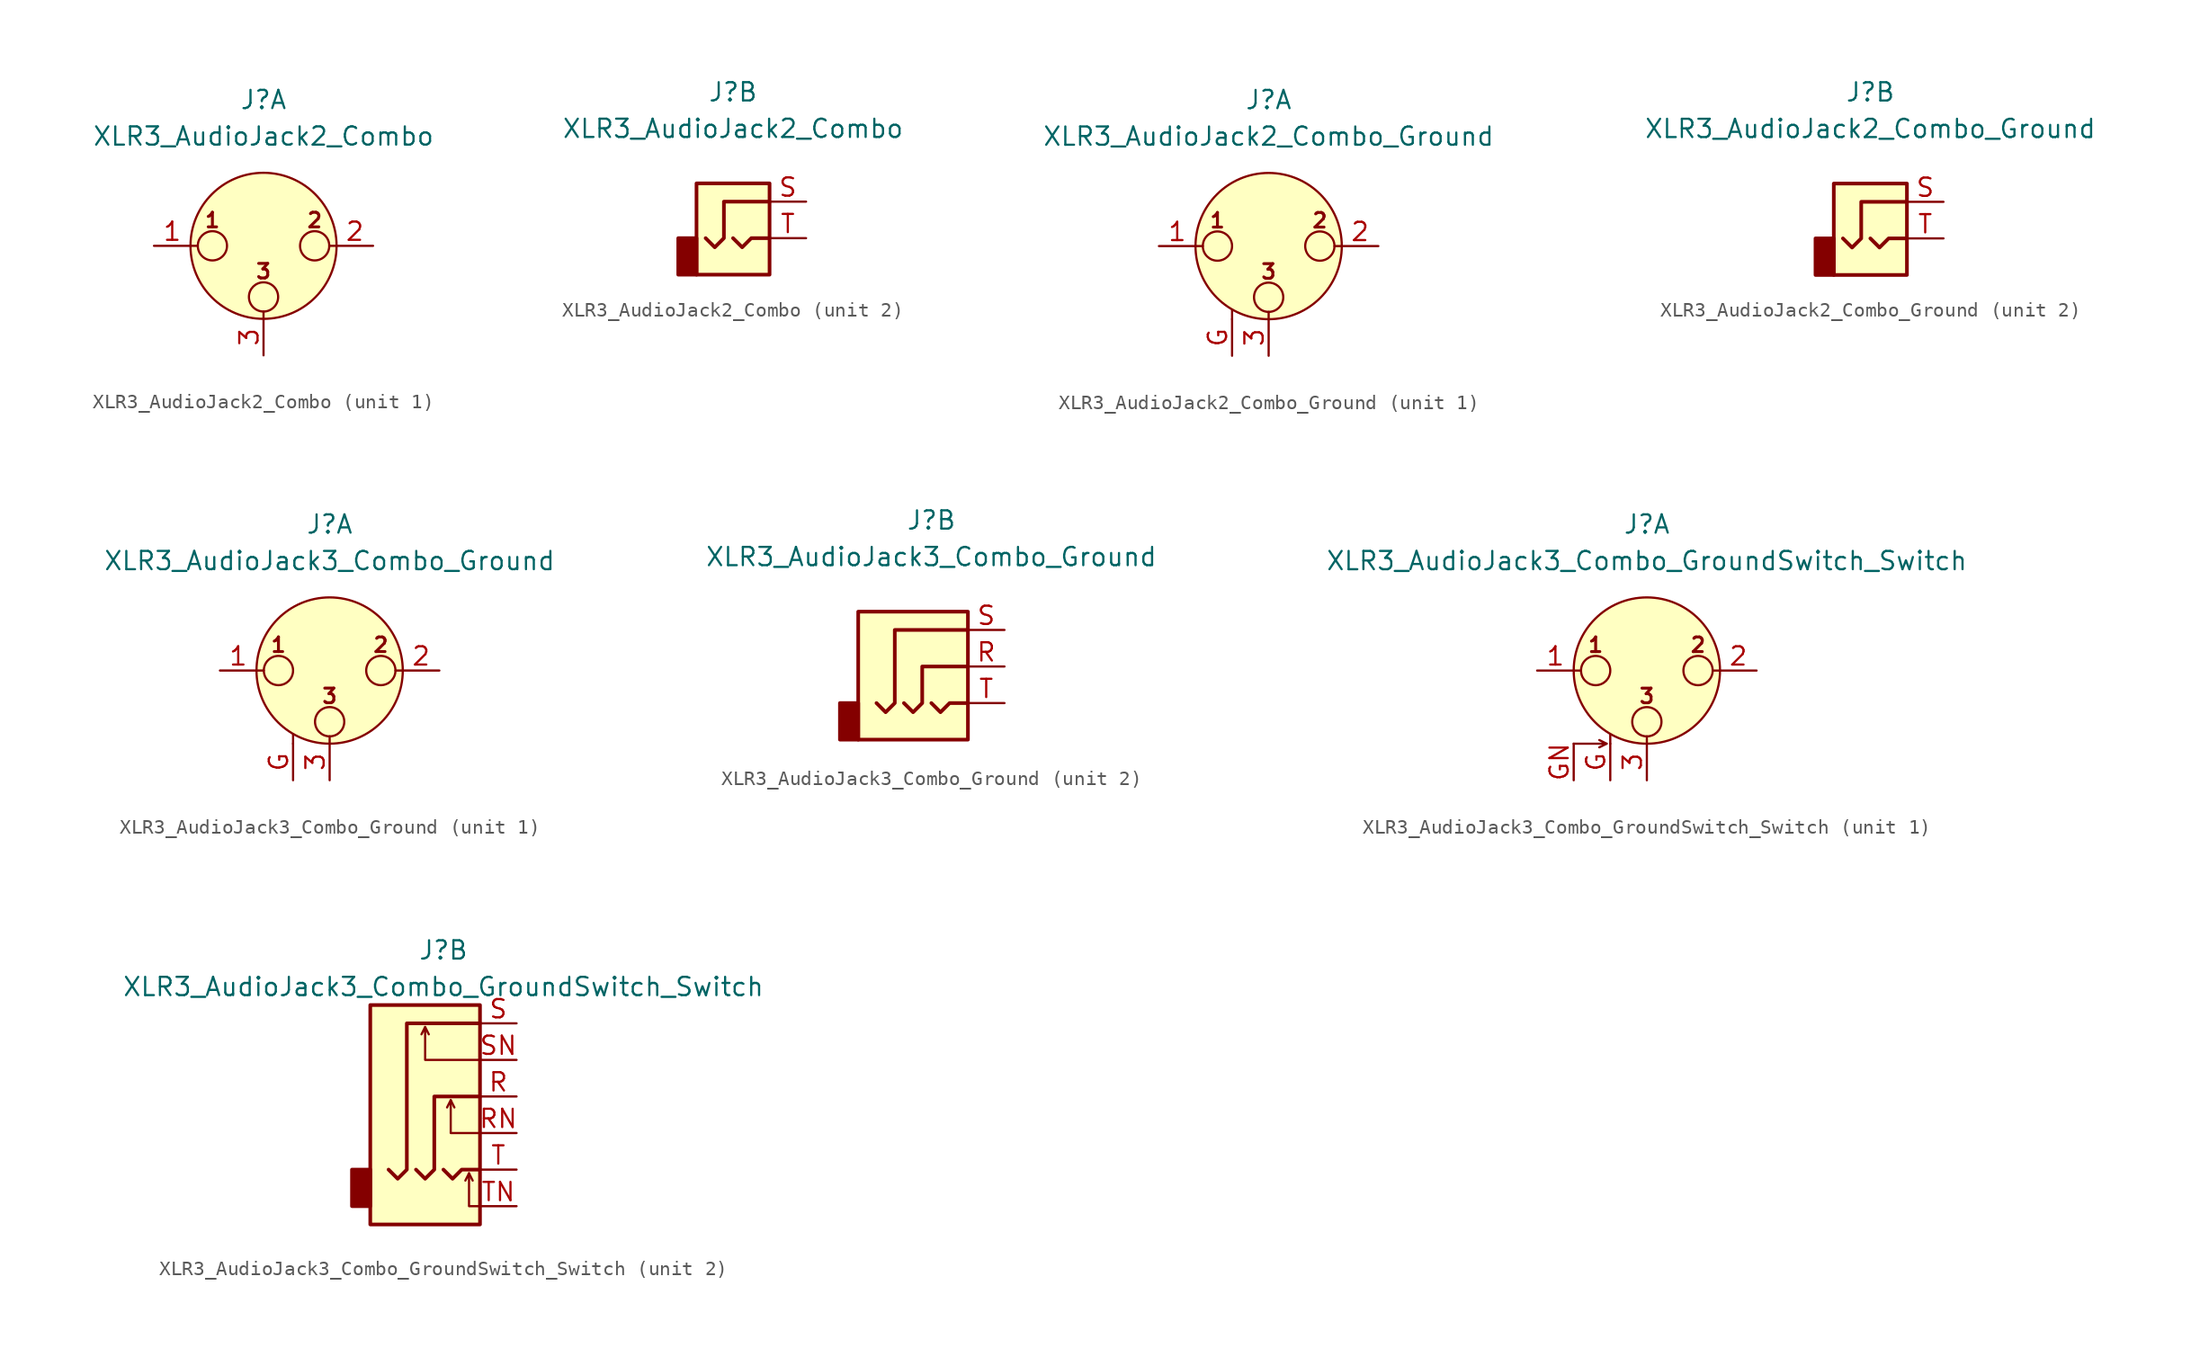
<source format=kicad_sym>
(kicad_symbol_lib
  (version 20220914)
  (generator kicad_symbol_editor)
  (symbol "XLR3_AudioJack2_Combo"
    (pin_names hide)
    (property "Reference" "J"
      (at 0 10.16 0)
      (effects (font (size 1.27 1.27))))
    (property "Value" "XLR3_AudioJack2_Combo"
      (at 0 7.62 0)
      (effects (font (size 1.27 1.27))))
    (symbol "XLR3_AudioJack2_Combo_1_1"
      (circle (center -3.556 0) (radius 1.016) (stroke (width 0) (type default)) (fill (type none)))
      (circle (center 0 -3.556) (radius 1.016) (stroke (width 0) (type default)) (fill (type none)))
      (polyline (pts (xy -5.08 0) (xy -4.572 0)) (stroke (width 0) (type default)) (fill (type none)))
      (polyline (pts (xy 0 -5.08) (xy 0 -4.572)) (stroke (width 0) (type default)) (fill (type none)))
      (polyline (pts (xy 5.08 0) (xy 4.572 0)) (stroke (width 0) (type default)) (fill (type none)))
      (circle (center 0 0) (radius 5.08) (stroke (width 0) (type default)) (fill (type background)))
      (circle (center 3.556 0) (radius 1.016) (stroke (width 0) (type default)) (fill (type none)))
      (text "1" (at -3.556 1.778 0) (effects (font (size 1.016 1.016) bold)))
      (text "2" (at 3.556 1.778 0) (effects (font (size 1.016 1.016) bold)))
      (text "3" (at 0 -1.778 0) (effects (font (size 1.016 1.016) bold)))
      (pin passive line (at -7.62 0 0) (length 2.54) (name "~" (effects (font (size 1.27 1.27)))) (number "1" (effects (font (size 1.27 1.27)))))
      (pin passive line (at 7.62 0 180) (length 2.54) (name "~" (effects (font (size 1.27 1.27)))) (number "2" (effects (font (size 1.27 1.27)))))
      (pin passive line (at 0 -7.62 90) (length 2.54) (name "~" (effects (font (size 1.27 1.27)))) (number "3" (effects (font (size 1.27 1.27))))))
    (symbol "XLR3_AudioJack2_Combo_2_1"
      (rectangle (start -2.54 0) (end -3.81 -2.54) (stroke (width 0.254) (type default)) (fill (type outline)))
      (polyline (pts (xy 0 0) (xy 0.635 -0.635) (xy 1.27 0) (xy 2.54 0)) (stroke (width 0.254) (type default)) (fill (type none)))
      (polyline (pts (xy 2.54 2.54) (xy -0.635 2.54) (xy -0.635 0) (xy -1.27 -0.635) (xy -1.905 0)) (stroke (width 0.254) (type default)) (fill (type none)))
      (rectangle (start 2.54 3.81) (end -2.54 -2.54) (stroke (width 0.254) (type default)) (fill (type background)))
      (pin passive line (at 5.08 2.54 180) (length 2.54) (name "~" (effects (font (size 1.27 1.27)))) (number "S" (effects (font (size 1.27 1.27)))))
      (pin passive line (at 5.08 0 180) (length 2.54) (name "~" (effects (font (size 1.27 1.27)))) (number "T" (effects (font (size 1.27 1.27)))))))
  (symbol "XLR3_AudioJack2_Combo_Ground"
    (pin_names hide)
    (property "Reference" "J"
      (at 0 10.16 0)
      (effects (font (size 1.27 1.27))))
    (property "Value" "XLR3_AudioJack2_Combo_Ground"
      (at 0 7.62 0)
      (effects (font (size 1.27 1.27))))
    (symbol "XLR3_AudioJack2_Combo_Ground_1_1"
      (circle (center -3.556 0) (radius 1.016) (stroke (width 0) (type default)) (fill (type none)))
      (circle (center 0 -3.556) (radius 1.016) (stroke (width 0) (type default)) (fill (type none)))
      (polyline (pts (xy -5.08 0) (xy -4.572 0)) (stroke (width 0) (type default)) (fill (type none)))
      (polyline (pts (xy -2.54 -5.08) (xy -2.54 -4.445)) (stroke (width 0) (type default)) (fill (type none)))
      (polyline (pts (xy 0 -5.08) (xy 0 -4.572)) (stroke (width 0) (type default)) (fill (type none)))
      (polyline (pts (xy 5.08 0) (xy 4.572 0)) (stroke (width 0) (type default)) (fill (type none)))
      (circle (center 0 0) (radius 5.08) (stroke (width 0) (type default)) (fill (type background)))
      (circle (center 3.556 0) (radius 1.016) (stroke (width 0) (type default)) (fill (type none)))
      (text "1" (at -3.556 1.778 0) (effects (font (size 1.016 1.016) bold)))
      (text "2" (at 3.556 1.778 0) (effects (font (size 1.016 1.016) bold)))
      (text "3" (at 0 -1.778 0) (effects (font (size 1.016 1.016) bold)))
      (pin passive line (at -7.62 0 0) (length 2.54) (name "~" (effects (font (size 1.27 1.27)))) (number "1" (effects (font (size 1.27 1.27)))))
      (pin passive line (at 7.62 0 180) (length 2.54) (name "~" (effects (font (size 1.27 1.27)))) (number "2" (effects (font (size 1.27 1.27)))))
      (pin passive line (at 0 -7.62 90) (length 2.54) (name "~" (effects (font (size 1.27 1.27)))) (number "3" (effects (font (size 1.27 1.27)))))
      (pin passive line (at -2.54 -7.62 90) (length 2.54) (name "~" (effects (font (size 1.27 1.27)))) (number "G" (effects (font (size 1.27 1.27))))))
    (symbol "XLR3_AudioJack2_Combo_Ground_2_1"
      (rectangle (start -2.54 0) (end -3.81 -2.54) (stroke (width 0.254) (type default)) (fill (type outline)))
      (polyline (pts (xy 0 0) (xy 0.635 -0.635) (xy 1.27 0) (xy 2.54 0)) (stroke (width 0.254) (type default)) (fill (type none)))
      (polyline (pts (xy 2.54 2.54) (xy -0.635 2.54) (xy -0.635 0) (xy -1.27 -0.635) (xy -1.905 0)) (stroke (width 0.254) (type default)) (fill (type none)))
      (rectangle (start 2.54 3.81) (end -2.54 -2.54) (stroke (width 0.254) (type default)) (fill (type background)))
      (pin passive line (at 5.08 2.54 180) (length 2.54) (name "~" (effects (font (size 1.27 1.27)))) (number "S" (effects (font (size 1.27 1.27)))))
      (pin passive line (at 5.08 0 180) (length 2.54) (name "~" (effects (font (size 1.27 1.27)))) (number "T" (effects (font (size 1.27 1.27)))))))
  (symbol "XLR3_AudioJack3_Combo_Ground"
    (pin_names hide)
    (property "Reference" "J"
      (at 0 10.16 0)
      (effects (font (size 1.27 1.27))))
    (property "Value" "XLR3_AudioJack3_Combo_Ground"
      (at 0 7.62 0)
      (effects (font (size 1.27 1.27))))
    (symbol "XLR3_AudioJack3_Combo_Ground_1_1"
      (circle (center -3.556 0) (radius 1.016) (stroke (width 0) (type default)) (fill (type none)))
      (circle (center 0 -3.556) (radius 1.016) (stroke (width 0) (type default)) (fill (type none)))
      (polyline (pts (xy -5.08 0) (xy -4.572 0)) (stroke (width 0) (type default)) (fill (type none)))
      (polyline (pts (xy -2.54 -5.08) (xy -2.54 -4.445)) (stroke (width 0) (type default)) (fill (type none)))
      (polyline (pts (xy 0 -5.08) (xy 0 -4.572)) (stroke (width 0) (type default)) (fill (type none)))
      (polyline (pts (xy 5.08 0) (xy 4.572 0)) (stroke (width 0) (type default)) (fill (type none)))
      (circle (center 0 0) (radius 5.08) (stroke (width 0) (type default)) (fill (type background)))
      (circle (center 3.556 0) (radius 1.016) (stroke (width 0) (type default)) (fill (type none)))
      (text "1" (at -3.556 1.778 0) (effects (font (size 1.016 1.016) bold)))
      (text "2" (at 3.556 1.778 0) (effects (font (size 1.016 1.016) bold)))
      (text "3" (at 0 -1.778 0) (effects (font (size 1.016 1.016) bold)))
      (pin passive line (at -7.62 0 0) (length 2.54) (name "~" (effects (font (size 1.27 1.27)))) (number "1" (effects (font (size 1.27 1.27)))))
      (pin passive line (at 7.62 0 180) (length 2.54) (name "~" (effects (font (size 1.27 1.27)))) (number "2" (effects (font (size 1.27 1.27)))))
      (pin passive line (at 0 -7.62 90) (length 2.54) (name "~" (effects (font (size 1.27 1.27)))) (number "3" (effects (font (size 1.27 1.27)))))
      (pin passive line (at -2.54 -7.62 90) (length 2.54) (name "~" (effects (font (size 1.27 1.27)))) (number "G" (effects (font (size 1.27 1.27))))))
    (symbol "XLR3_AudioJack3_Combo_Ground_2_1"
      (rectangle (start -5.08 -2.54) (end -6.35 -5.08) (stroke (width 0.254) (type default)) (fill (type outline)))
      (polyline (pts (xy 0 -2.54) (xy 0.635 -3.175) (xy 1.27 -2.54) (xy 2.54 -2.54)) (stroke (width 0.254) (type default)) (fill (type none)))
      (polyline (pts (xy -1.905 -2.54) (xy -1.27 -3.175) (xy -0.635 -2.54) (xy -0.635 0) (xy 2.54 0)) (stroke (width 0.254) (type default)) (fill (type none)))
      (polyline (pts (xy 2.54 2.54) (xy -2.54 2.54) (xy -2.54 -2.54) (xy -3.175 -3.175) (xy -3.81 -2.54)) (stroke (width 0.254) (type default)) (fill (type none)))
      (rectangle (start 2.54 3.81) (end -5.08 -5.08) (stroke (width 0.254) (type default)) (fill (type background)))
      (pin passive line (at 5.08 0 180) (length 2.54) (name "~" (effects (font (size 1.27 1.27)))) (number "R" (effects (font (size 1.27 1.27)))))
      (pin passive line (at 5.08 2.54 180) (length 2.54) (name "~" (effects (font (size 1.27 1.27)))) (number "S" (effects (font (size 1.27 1.27)))))
      (pin passive line (at 5.08 -2.54 180) (length 2.54) (name "~" (effects (font (size 1.27 1.27)))) (number "T" (effects (font (size 1.27 1.27)))))))
  (symbol "XLR3_AudioJack3_Combo_GroundSwitch_Switch"
    (pin_names hide)
    (property "Reference" "J"
      (at 0 10.16 0)
      (effects (font (size 1.27 1.27))))
    (property "Value" "XLR3_AudioJack3_Combo_GroundSwitch_Switch"
      (at 0 7.62 0)
      (effects (font (size 1.27 1.27))))
    (symbol "XLR3_AudioJack3_Combo_GroundSwitch_Switch_1_1"
      (circle (center -3.556 0) (radius 1.016) (stroke (width 0) (type default)) (fill (type none)))
      (circle (center 0 -3.556) (radius 1.016) (stroke (width 0) (type default)) (fill (type none)))
      (polyline (pts (xy -5.08 0) (xy -4.572 0)) (stroke (width 0) (type default)) (fill (type none)))
      (polyline (pts (xy -2.794 -5.08) (xy -3.302 -5.334)) (stroke (width 0) (type default)) (fill (type none)))
      (polyline (pts (xy -2.54 -5.08) (xy -2.54 -4.445)) (stroke (width 0) (type default)) (fill (type none)))
      (polyline (pts (xy 0 -5.08) (xy 0 -4.572)) (stroke (width 0) (type default)) (fill (type none)))
      (polyline (pts (xy 5.08 0) (xy 4.572 0)) (stroke (width 0) (type default)) (fill (type none)))
      (polyline (pts (xy -5.08 -5.08) (xy -2.794 -5.08) (xy -3.302 -4.826)) (stroke (width 0) (type default)) (fill (type none)))
      (circle (center 0 0) (radius 5.08) (stroke (width 0) (type default)) (fill (type background)))
      (circle (center 3.556 0) (radius 1.016) (stroke (width 0) (type default)) (fill (type none)))
      (text "1" (at -3.556 1.778 0) (effects (font (size 1.016 1.016) bold)))
      (text "2" (at 3.556 1.778 0) (effects (font (size 1.016 1.016) bold)))
      (text "3" (at 0 -1.778 0) (effects (font (size 1.016 1.016) bold)))
      (pin passive line (at -7.62 0 0) (length 2.54) (name "~" (effects (font (size 1.27 1.27)))) (number "1" (effects (font (size 1.27 1.27)))))
      (pin passive line (at 7.62 0 180) (length 2.54) (name "~" (effects (font (size 1.27 1.27)))) (number "2" (effects (font (size 1.27 1.27)))))
      (pin passive line (at 0 -7.62 90) (length 2.54) (name "~" (effects (font (size 1.27 1.27)))) (number "3" (effects (font (size 1.27 1.27)))))
      (pin passive line (at -2.54 -7.62 90) (length 2.54) (name "~" (effects (font (size 1.27 1.27)))) (number "G" (effects (font (size 1.27 1.27)))))
      (pin passive line (at -5.08 -7.62 90) (length 2.54) (name "~" (effects (font (size 1.27 1.27)))) (number "GN" (effects (font (size 1.27 1.27))))))
    (symbol "XLR3_AudioJack3_Combo_GroundSwitch_Switch_2_1"
      (rectangle (start -5.08 -5.08) (end -6.35 -7.62) (stroke (width 0.254) (type default)) (fill (type outline)))
      (polyline (pts (xy -1.27 4.826) (xy -1.016 4.318)) (stroke (width 0) (type default)) (fill (type none)))
      (polyline (pts (xy 0.508 -0.254) (xy 0.762 -0.762)) (stroke (width 0) (type default)) (fill (type none)))
      (polyline (pts (xy 1.778 -5.334) (xy 2.032 -5.842)) (stroke (width 0) (type default)) (fill (type none)))
      (polyline (pts (xy 0 -5.08) (xy 0.635 -5.715) (xy 1.27 -5.08) (xy 2.54 -5.08)) (stroke (width 0.254) (type default)) (fill (type none)))
      (polyline (pts (xy 2.54 -7.62) (xy 1.778 -7.62) (xy 1.778 -5.334) (xy 1.524 -5.842)) (stroke (width 0) (type default)) (fill (type none)))
      (polyline (pts (xy 2.54 -2.54) (xy 0.508 -2.54) (xy 0.508 -0.254) (xy 0.254 -0.762)) (stroke (width 0) (type default)) (fill (type none)))
      (polyline (pts (xy 2.54 2.54) (xy -1.27 2.54) (xy -1.27 4.826) (xy -1.524 4.318)) (stroke (width 0) (type default)) (fill (type none)))
      (polyline (pts (xy -1.905 -5.08) (xy -1.27 -5.715) (xy -0.635 -5.08) (xy -0.635 0) (xy 2.54 0)) (stroke (width 0.254) (type default)) (fill (type none)))
      (polyline (pts (xy 2.54 5.08) (xy -2.54 5.08) (xy -2.54 -5.08) (xy -3.175 -5.715) (xy -3.81 -5.08)) (stroke (width 0.254) (type default)) (fill (type none)))
      (rectangle (start 2.54 6.35) (end -5.08 -8.89) (stroke (width 0.254) (type default)) (fill (type background)))
      (pin passive line (at 5.08 0 180) (length 2.54) (name "~" (effects (font (size 1.27 1.27)))) (number "R" (effects (font (size 1.27 1.27)))))
      (pin passive line (at 5.08 -2.54 180) (length 2.54) (name "~" (effects (font (size 1.27 1.27)))) (number "RN" (effects (font (size 1.27 1.27)))))
      (pin passive line (at 5.08 5.08 180) (length 2.54) (name "~" (effects (font (size 1.27 1.27)))) (number "S" (effects (font (size 1.27 1.27)))))
      (pin passive line (at 5.08 2.54 180) (length 2.54) (name "~" (effects (font (size 1.27 1.27)))) (number "SN" (effects (font (size 1.27 1.27)))))
      (pin passive line (at 5.08 -5.08 180) (length 2.54) (name "~" (effects (font (size 1.27 1.27)))) (number "T" (effects (font (size 1.27 1.27)))))
      (pin passive line (at 5.08 -7.62 180) (length 2.54) (name "~" (effects (font (size 1.27 1.27)))) (number "TN" (effects (font (size 1.27 1.27))))))))
</source>
